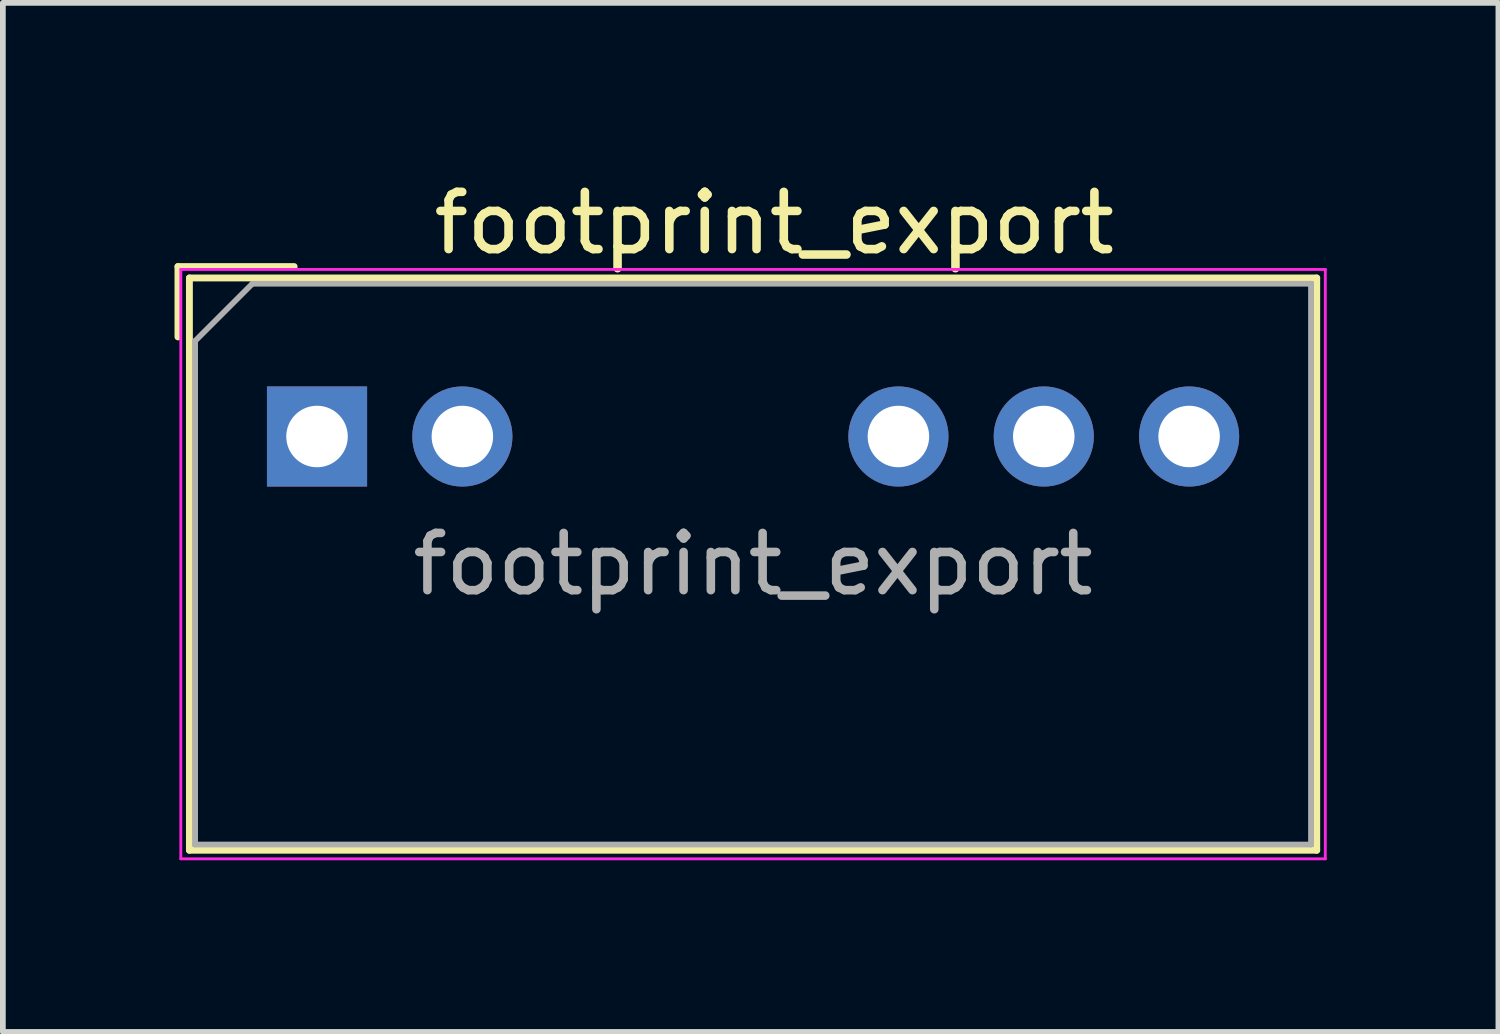
<source format=kicad_pcb>
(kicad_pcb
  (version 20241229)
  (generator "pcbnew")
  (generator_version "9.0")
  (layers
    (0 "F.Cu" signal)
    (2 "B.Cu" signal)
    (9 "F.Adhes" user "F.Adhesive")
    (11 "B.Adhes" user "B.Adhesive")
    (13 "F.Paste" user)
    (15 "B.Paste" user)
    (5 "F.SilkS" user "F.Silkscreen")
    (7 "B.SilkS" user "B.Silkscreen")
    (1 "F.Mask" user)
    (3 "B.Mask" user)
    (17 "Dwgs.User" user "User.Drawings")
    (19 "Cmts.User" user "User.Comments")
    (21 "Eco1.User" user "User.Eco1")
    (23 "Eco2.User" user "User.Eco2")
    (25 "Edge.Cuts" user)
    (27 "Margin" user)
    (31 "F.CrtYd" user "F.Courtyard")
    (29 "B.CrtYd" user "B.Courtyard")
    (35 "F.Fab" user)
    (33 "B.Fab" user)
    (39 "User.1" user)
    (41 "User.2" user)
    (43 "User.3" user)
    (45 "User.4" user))
  (footprint "footprint_export"
    (layer "F.Cu")
    (at 2.49 4.578)
    (property "Reference" "footprint_export" (at 7.99 -3.73 0) (layer "F.SilkS") (effects (font (size 1 1) (thickness 0.15))))
    (attr through_hole)
    (fp_line (start -2.43 -2.97) (end -2.43 -1.74) (stroke (width 0.12) (type solid)) (layer "F.SilkS"))
    (fp_line (start -2.43 -2.97) (end -0.4 -2.97) (stroke (width 0.12) (type solid)) (layer "F.SilkS"))
    (fp_line (start -2.23 -2.77) (end -2.23 7.23) (stroke (width 0.12) (type solid)) (layer "F.SilkS"))
    (fp_line (start -2.23 7.23) (end 17.47 7.23) (stroke (width 0.12) (type solid)) (layer "F.SilkS"))
    (fp_line (start 17.47 -2.77) (end -2.23 -2.77) (stroke (width 0.12) (type solid)) (layer "F.SilkS"))
    (fp_line (start 17.47 7.23) (end 17.47 -2.77) (stroke (width 0.12) (type solid)) (layer "F.SilkS"))
    (fp_line (start -2.38 -2.92) (end -2.38 7.38) (stroke (width 0.05) (type solid)) (layer "F.CrtYd"))
    (fp_line (start 17.62 -2.92) (end -2.38 -2.92) (stroke (width 0.05) (type solid)) (layer "F.CrtYd"))
    (fp_line (start 17.62 7.38) (end -2.38 7.38) (stroke (width 0.05) (type solid)) (layer "F.CrtYd"))
    (fp_line (start 17.62 7.38) (end 17.62 -2.92) (stroke (width 0.05) (type solid)) (layer "F.CrtYd"))
    (fp_line (start -2.13 -1.67) (end -2.13 7.13) (stroke (width 0.1) (type solid)) (layer "F.Fab"))
    (fp_line (start -1.13 -2.67) (end -2.13 -1.67) (stroke (width 0.1) (type solid)) (layer "F.Fab"))
    (fp_line (start 17.37 -2.67) (end -1.13 -2.67) (stroke (width 0.1) (type solid)) (layer "F.Fab"))
    (fp_line (start 17.37 -2.67) (end 17.37 7.13) (stroke (width 0.1) (type solid)) (layer "F.Fab"))
    (fp_line (start 17.37 7.13) (end -2.13 7.13) (stroke (width 0.1) (type solid)) (layer "F.Fab"))
    (fp_text user "${REFERENCE}" (at 7.62 2.23 180) (layer "F.Fab") (effects (font (size 1 1) (thickness 0.15))))
    (pad "1" thru_hole rect (at 0 0) (size 1.75 1.75) (drill 1.075) (layers "*.Cu" "*.Mask"))
    (pad "2" thru_hole oval (at 2.54 0) (size 1.75 1.75) (drill 1.075) (layers "*.Cu" "*.Mask"))
    (pad "5" thru_hole oval (at 10.16 0) (size 1.75 1.75) (drill 1.075) (layers "*.Cu" "*.Mask"))
    (pad "6" thru_hole oval (at 12.7 0) (size 1.75 1.75) (drill 1.075) (layers "*.Cu" "*.Mask"))
    (pad "7" thru_hole oval (at 15.24 0) (size 1.75 1.75) (drill 1.075) (layers "*.Cu" "*.Mask")))
  (gr_rect
    (start -3 -3)
    (end 23.135 14.983)
    (stroke (width 0.1) (type default))
    (fill no)
    (layer "Edge.Cuts")))
</source>
